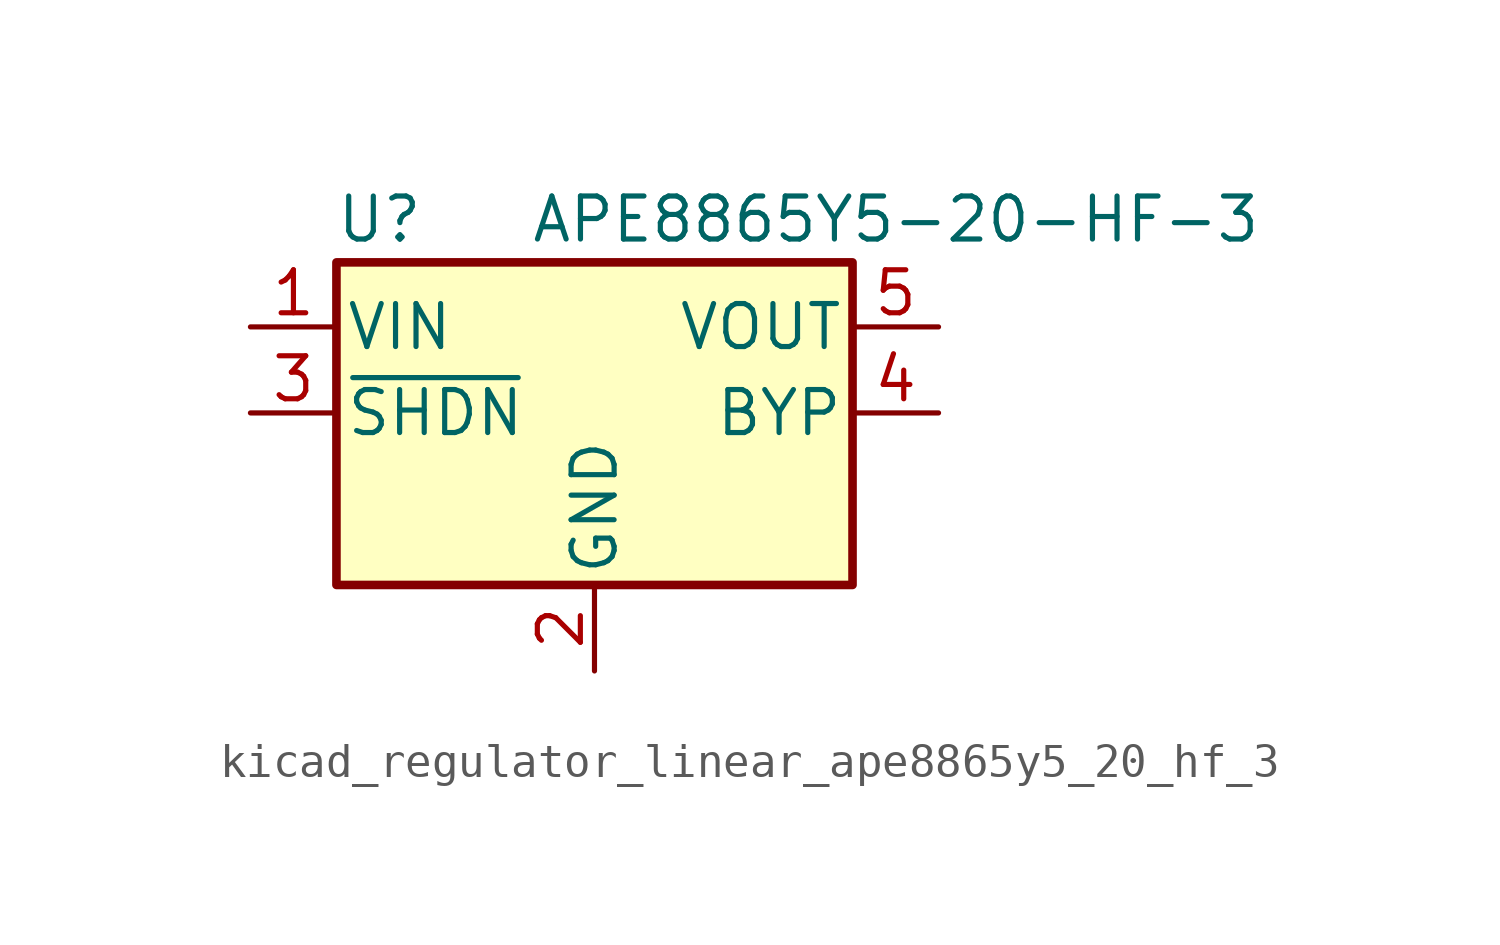
<source format=kicad_sym>
(kicad_symbol_lib
  (version 20220914)
  (generator kicad_symbol_editor)
  (symbol "kicad_regulator_linear_ape8865y5_20_hf_3"
    (pin_names
      (offset 0.254))
    (property "Reference" "U"
      (at -6.35 5.715 0)
      (effects (font (size 1.27 1.27))))
    (property "Value" "APE8865Y5-20-HF-3"
      (at -1.905 5.715 0)
      (effects (font (size 1.27 1.27)) (justify left)))
    (symbol "kicad_regulator_linear_ape8865y5_20_hf_3_0_1"
      (rectangle (start -7.62 4.445) (end 7.62 -5.08) (stroke (width 0.254) (type default)) (fill (type background))))
    (symbol "kicad_regulator_linear_ape8865y5_20_hf_3_1_1"
      (pin power_in line (at -10.16 2.54 0) (length 2.54) (name "VIN" (effects (font (size 1.27 1.27)))) (number "1" (effects (font (size 1.27 1.27)))))
      (pin power_in line (at 0 -7.62 90) (length 2.54) (name "GND" (effects (font (size 1.27 1.27)))) (number "2" (effects (font (size 1.27 1.27)))))
      (pin input line (at -10.16 0 0) (length 2.54) (name "~{SHDN}" (effects (font (size 1.27 1.27)))) (number "3" (effects (font (size 1.27 1.27)))))
      (pin input line (at 10.16 0 180) (length 2.54) (name "BYP" (effects (font (size 1.27 1.27)))) (number "4" (effects (font (size 1.27 1.27)))))
      (pin power_out line (at 10.16 2.54 180) (length 2.54) (name "VOUT" (effects (font (size 1.27 1.27)))) (number "5" (effects (font (size 1.27 1.27))))))))
</source>
